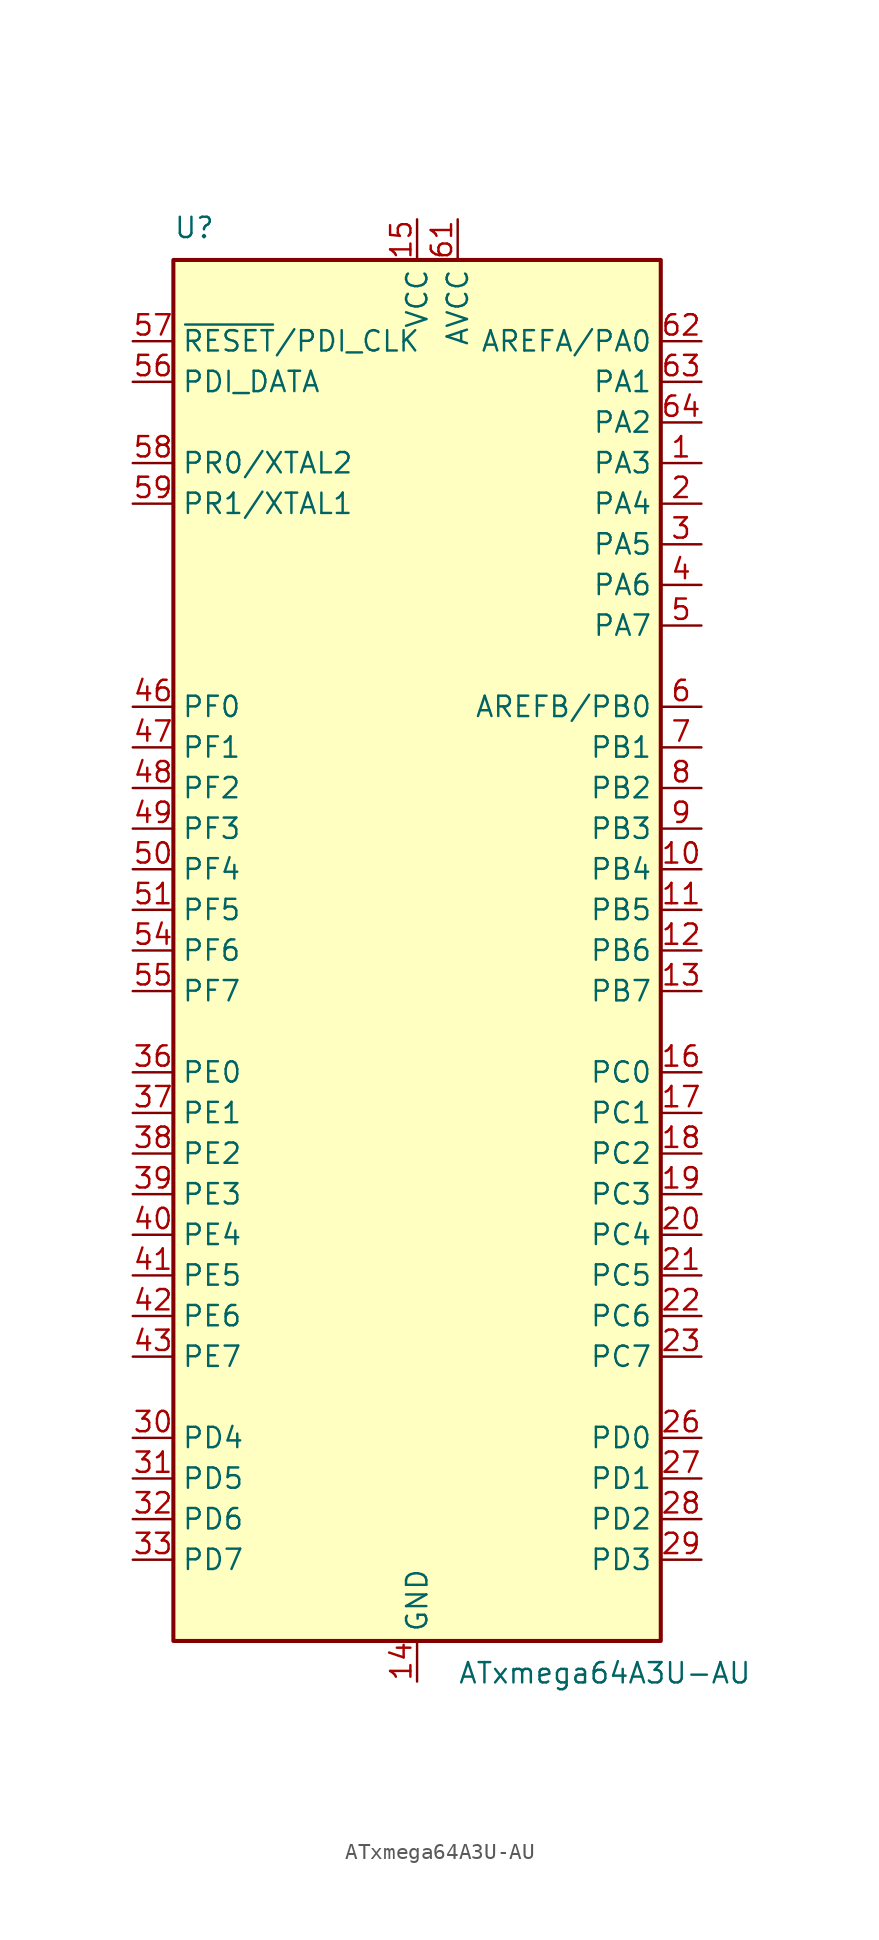
<source format=kicad_sym>
(kicad_symbol_lib
  (version 20211014)
  (generator kicad_symbol_editor)
  (symbol "ATxmega64A3U-AU"
    (property "Reference" "U"
      (at -15.24 44.45 0)
      (effects (font (size 1.27 1.27)) (justify left bottom)))
    (property "Value" "ATxmega64A3U-AU"
      (at 2.54 -44.45 0)
      (effects (font (size 1.27 1.27)) (justify left top)))
    (symbol "ATxmega64A3U-AU_0_1"
      (rectangle (start -15.24 -43.18) (end 15.24 43.18) (stroke (width 0.254) (type default) (color 0 0 0 0)) (fill (type background))))
    (symbol "ATxmega64A3U-AU_1_1"
      (pin bidirectional line (at 17.78 30.48 180) (length 2.54) (name "PA3" (effects (font (size 1.27 1.27)))) (number "1" (effects (font (size 1.27 1.27)))))
      (pin bidirectional line (at 17.78 5.08 180) (length 2.54) (name "PB4" (effects (font (size 1.27 1.27)))) (number "10" (effects (font (size 1.27 1.27)))))
      (pin bidirectional line (at 17.78 2.54 180) (length 2.54) (name "PB5" (effects (font (size 1.27 1.27)))) (number "11" (effects (font (size 1.27 1.27)))))
      (pin bidirectional line (at 17.78 0 180) (length 2.54) (name "PB6" (effects (font (size 1.27 1.27)))) (number "12" (effects (font (size 1.27 1.27)))))
      (pin bidirectional line (at 17.78 -2.54 180) (length 2.54) (name "PB7" (effects (font (size 1.27 1.27)))) (number "13" (effects (font (size 1.27 1.27)))))
      (pin power_in line (at 0 -45.72 90) (length 2.54) (name "GND" (effects (font (size 1.27 1.27)))) (number "14" (effects (font (size 1.27 1.27)))))
      (pin power_in line (at 0 45.72 270) (length 2.54) (name "VCC" (effects (font (size 1.27 1.27)))) (number "15" (effects (font (size 1.27 1.27)))))
      (pin bidirectional line (at 17.78 -7.62 180) (length 2.54) (name "PC0" (effects (font (size 1.27 1.27)))) (number "16" (effects (font (size 1.27 1.27)))))
      (pin bidirectional line (at 17.78 -10.16 180) (length 2.54) (name "PC1" (effects (font (size 1.27 1.27)))) (number "17" (effects (font (size 1.27 1.27)))))
      (pin bidirectional line (at 17.78 -12.7 180) (length 2.54) (name "PC2" (effects (font (size 1.27 1.27)))) (number "18" (effects (font (size 1.27 1.27)))))
      (pin bidirectional line (at 17.78 -15.24 180) (length 2.54) (name "PC3" (effects (font (size 1.27 1.27)))) (number "19" (effects (font (size 1.27 1.27)))))
      (pin bidirectional line (at 17.78 27.94 180) (length 2.54) (name "PA4" (effects (font (size 1.27 1.27)))) (number "2" (effects (font (size 1.27 1.27)))))
      (pin bidirectional line (at 17.78 -17.78 180) (length 2.54) (name "PC4" (effects (font (size 1.27 1.27)))) (number "20" (effects (font (size 1.27 1.27)))))
      (pin bidirectional line (at 17.78 -20.32 180) (length 2.54) (name "PC5" (effects (font (size 1.27 1.27)))) (number "21" (effects (font (size 1.27 1.27)))))
      (pin bidirectional line (at 17.78 -22.86 180) (length 2.54) (name "PC6" (effects (font (size 1.27 1.27)))) (number "22" (effects (font (size 1.27 1.27)))))
      (pin bidirectional line (at 17.78 -25.4 180) (length 2.54) (name "PC7" (effects (font (size 1.27 1.27)))) (number "23" (effects (font (size 1.27 1.27)))))
      (pin passive line (at 0 -45.72 90) (length 2.54) hide (name "GND" (effects (font (size 1.27 1.27)))) (number "24" (effects (font (size 1.27 1.27)))))
      (pin passive line (at 0 45.72 270) (length 2.54) hide (name "VCC" (effects (font (size 1.27 1.27)))) (number "25" (effects (font (size 1.27 1.27)))))
      (pin bidirectional line (at 17.78 -30.48 180) (length 2.54) (name "PD0" (effects (font (size 1.27 1.27)))) (number "26" (effects (font (size 1.27 1.27)))))
      (pin bidirectional line (at 17.78 -33.02 180) (length 2.54) (name "PD1" (effects (font (size 1.27 1.27)))) (number "27" (effects (font (size 1.27 1.27)))))
      (pin bidirectional line (at 17.78 -35.56 180) (length 2.54) (name "PD2" (effects (font (size 1.27 1.27)))) (number "28" (effects (font (size 1.27 1.27)))))
      (pin bidirectional line (at 17.78 -38.1 180) (length 2.54) (name "PD3" (effects (font (size 1.27 1.27)))) (number "29" (effects (font (size 1.27 1.27)))))
      (pin bidirectional line (at 17.78 25.4 180) (length 2.54) (name "PA5" (effects (font (size 1.27 1.27)))) (number "3" (effects (font (size 1.27 1.27)))))
      (pin bidirectional line (at -17.78 -30.48 0) (length 2.54) (name "PD4" (effects (font (size 1.27 1.27)))) (number "30" (effects (font (size 1.27 1.27)))))
      (pin bidirectional line (at -17.78 -33.02 0) (length 2.54) (name "PD5" (effects (font (size 1.27 1.27)))) (number "31" (effects (font (size 1.27 1.27)))))
      (pin bidirectional line (at -17.78 -35.56 0) (length 2.54) (name "PD6" (effects (font (size 1.27 1.27)))) (number "32" (effects (font (size 1.27 1.27)))))
      (pin bidirectional line (at -17.78 -38.1 0) (length 2.54) (name "PD7" (effects (font (size 1.27 1.27)))) (number "33" (effects (font (size 1.27 1.27)))))
      (pin passive line (at 0 -45.72 90) (length 2.54) hide (name "GND" (effects (font (size 1.27 1.27)))) (number "34" (effects (font (size 1.27 1.27)))))
      (pin passive line (at 0 45.72 270) (length 2.54) hide (name "VCC" (effects (font (size 1.27 1.27)))) (number "35" (effects (font (size 1.27 1.27)))))
      (pin bidirectional line (at -17.78 -7.62 0) (length 2.54) (name "PE0" (effects (font (size 1.27 1.27)))) (number "36" (effects (font (size 1.27 1.27)))))
      (pin bidirectional line (at -17.78 -10.16 0) (length 2.54) (name "PE1" (effects (font (size 1.27 1.27)))) (number "37" (effects (font (size 1.27 1.27)))))
      (pin bidirectional line (at -17.78 -12.7 0) (length 2.54) (name "PE2" (effects (font (size 1.27 1.27)))) (number "38" (effects (font (size 1.27 1.27)))))
      (pin bidirectional line (at -17.78 -15.24 0) (length 2.54) (name "PE3" (effects (font (size 1.27 1.27)))) (number "39" (effects (font (size 1.27 1.27)))))
      (pin bidirectional line (at 17.78 22.86 180) (length 2.54) (name "PA6" (effects (font (size 1.27 1.27)))) (number "4" (effects (font (size 1.27 1.27)))))
      (pin bidirectional line (at -17.78 -17.78 0) (length 2.54) (name "PE4" (effects (font (size 1.27 1.27)))) (number "40" (effects (font (size 1.27 1.27)))))
      (pin bidirectional line (at -17.78 -20.32 0) (length 2.54) (name "PE5" (effects (font (size 1.27 1.27)))) (number "41" (effects (font (size 1.27 1.27)))))
      (pin bidirectional line (at -17.78 -22.86 0) (length 2.54) (name "PE6" (effects (font (size 1.27 1.27)))) (number "42" (effects (font (size 1.27 1.27)))))
      (pin bidirectional line (at -17.78 -25.4 0) (length 2.54) (name "PE7" (effects (font (size 1.27 1.27)))) (number "43" (effects (font (size 1.27 1.27)))))
      (pin passive line (at 0 -45.72 90) (length 2.54) hide (name "GND" (effects (font (size 1.27 1.27)))) (number "44" (effects (font (size 1.27 1.27)))))
      (pin passive line (at 0 45.72 270) (length 2.54) hide (name "VCC" (effects (font (size 1.27 1.27)))) (number "45" (effects (font (size 1.27 1.27)))))
      (pin bidirectional line (at -17.78 15.24 0) (length 2.54) (name "PF0" (effects (font (size 1.27 1.27)))) (number "46" (effects (font (size 1.27 1.27)))))
      (pin bidirectional line (at -17.78 12.7 0) (length 2.54) (name "PF1" (effects (font (size 1.27 1.27)))) (number "47" (effects (font (size 1.27 1.27)))))
      (pin bidirectional line (at -17.78 10.16 0) (length 2.54) (name "PF2" (effects (font (size 1.27 1.27)))) (number "48" (effects (font (size 1.27 1.27)))))
      (pin bidirectional line (at -17.78 7.62 0) (length 2.54) (name "PF3" (effects (font (size 1.27 1.27)))) (number "49" (effects (font (size 1.27 1.27)))))
      (pin bidirectional line (at 17.78 20.32 180) (length 2.54) (name "PA7" (effects (font (size 1.27 1.27)))) (number "5" (effects (font (size 1.27 1.27)))))
      (pin bidirectional line (at -17.78 5.08 0) (length 2.54) (name "PF4" (effects (font (size 1.27 1.27)))) (number "50" (effects (font (size 1.27 1.27)))))
      (pin bidirectional line (at -17.78 2.54 0) (length 2.54) (name "PF5" (effects (font (size 1.27 1.27)))) (number "51" (effects (font (size 1.27 1.27)))))
      (pin passive line (at 0 -45.72 90) (length 2.54) hide (name "GND" (effects (font (size 1.27 1.27)))) (number "52" (effects (font (size 1.27 1.27)))))
      (pin passive line (at 0 45.72 270) (length 2.54) hide (name "VCC" (effects (font (size 1.27 1.27)))) (number "53" (effects (font (size 1.27 1.27)))))
      (pin bidirectional line (at -17.78 0 0) (length 2.54) (name "PF6" (effects (font (size 1.27 1.27)))) (number "54" (effects (font (size 1.27 1.27)))))
      (pin bidirectional line (at -17.78 -2.54 0) (length 2.54) (name "PF7" (effects (font (size 1.27 1.27)))) (number "55" (effects (font (size 1.27 1.27)))))
      (pin bidirectional line (at -17.78 35.56 0) (length 2.54) (name "PDI_DATA" (effects (font (size 1.27 1.27)))) (number "56" (effects (font (size 1.27 1.27)))))
      (pin input line (at -17.78 38.1 0) (length 2.54) (name "~{RESET}/PDI_CLK" (effects (font (size 1.27 1.27)))) (number "57" (effects (font (size 1.27 1.27)))))
      (pin bidirectional line (at -17.78 30.48 0) (length 2.54) (name "PR0/XTAL2" (effects (font (size 1.27 1.27)))) (number "58" (effects (font (size 1.27 1.27)))))
      (pin bidirectional line (at -17.78 27.94 0) (length 2.54) (name "PR1/XTAL1" (effects (font (size 1.27 1.27)))) (number "59" (effects (font (size 1.27 1.27)))))
      (pin bidirectional line (at 17.78 15.24 180) (length 2.54) (name "AREFB/PB0" (effects (font (size 1.27 1.27)))) (number "6" (effects (font (size 1.27 1.27)))))
      (pin passive line (at 0 -45.72 90) (length 2.54) hide (name "GND" (effects (font (size 1.27 1.27)))) (number "60" (effects (font (size 1.27 1.27)))))
      (pin power_in line (at 2.54 45.72 270) (length 2.54) (name "AVCC" (effects (font (size 1.27 1.27)))) (number "61" (effects (font (size 1.27 1.27)))))
      (pin bidirectional line (at 17.78 38.1 180) (length 2.54) (name "AREFA/PA0" (effects (font (size 1.27 1.27)))) (number "62" (effects (font (size 1.27 1.27)))))
      (pin bidirectional line (at 17.78 35.56 180) (length 2.54) (name "PA1" (effects (font (size 1.27 1.27)))) (number "63" (effects (font (size 1.27 1.27)))))
      (pin bidirectional line (at 17.78 33.02 180) (length 2.54) (name "PA2" (effects (font (size 1.27 1.27)))) (number "64" (effects (font (size 1.27 1.27)))))
      (pin bidirectional line (at 17.78 12.7 180) (length 2.54) (name "PB1" (effects (font (size 1.27 1.27)))) (number "7" (effects (font (size 1.27 1.27)))))
      (pin bidirectional line (at 17.78 10.16 180) (length 2.54) (name "PB2" (effects (font (size 1.27 1.27)))) (number "8" (effects (font (size 1.27 1.27)))))
      (pin bidirectional line (at 17.78 7.62 180) (length 2.54) (name "PB3" (effects (font (size 1.27 1.27)))) (number "9" (effects (font (size 1.27 1.27))))))))
</source>
